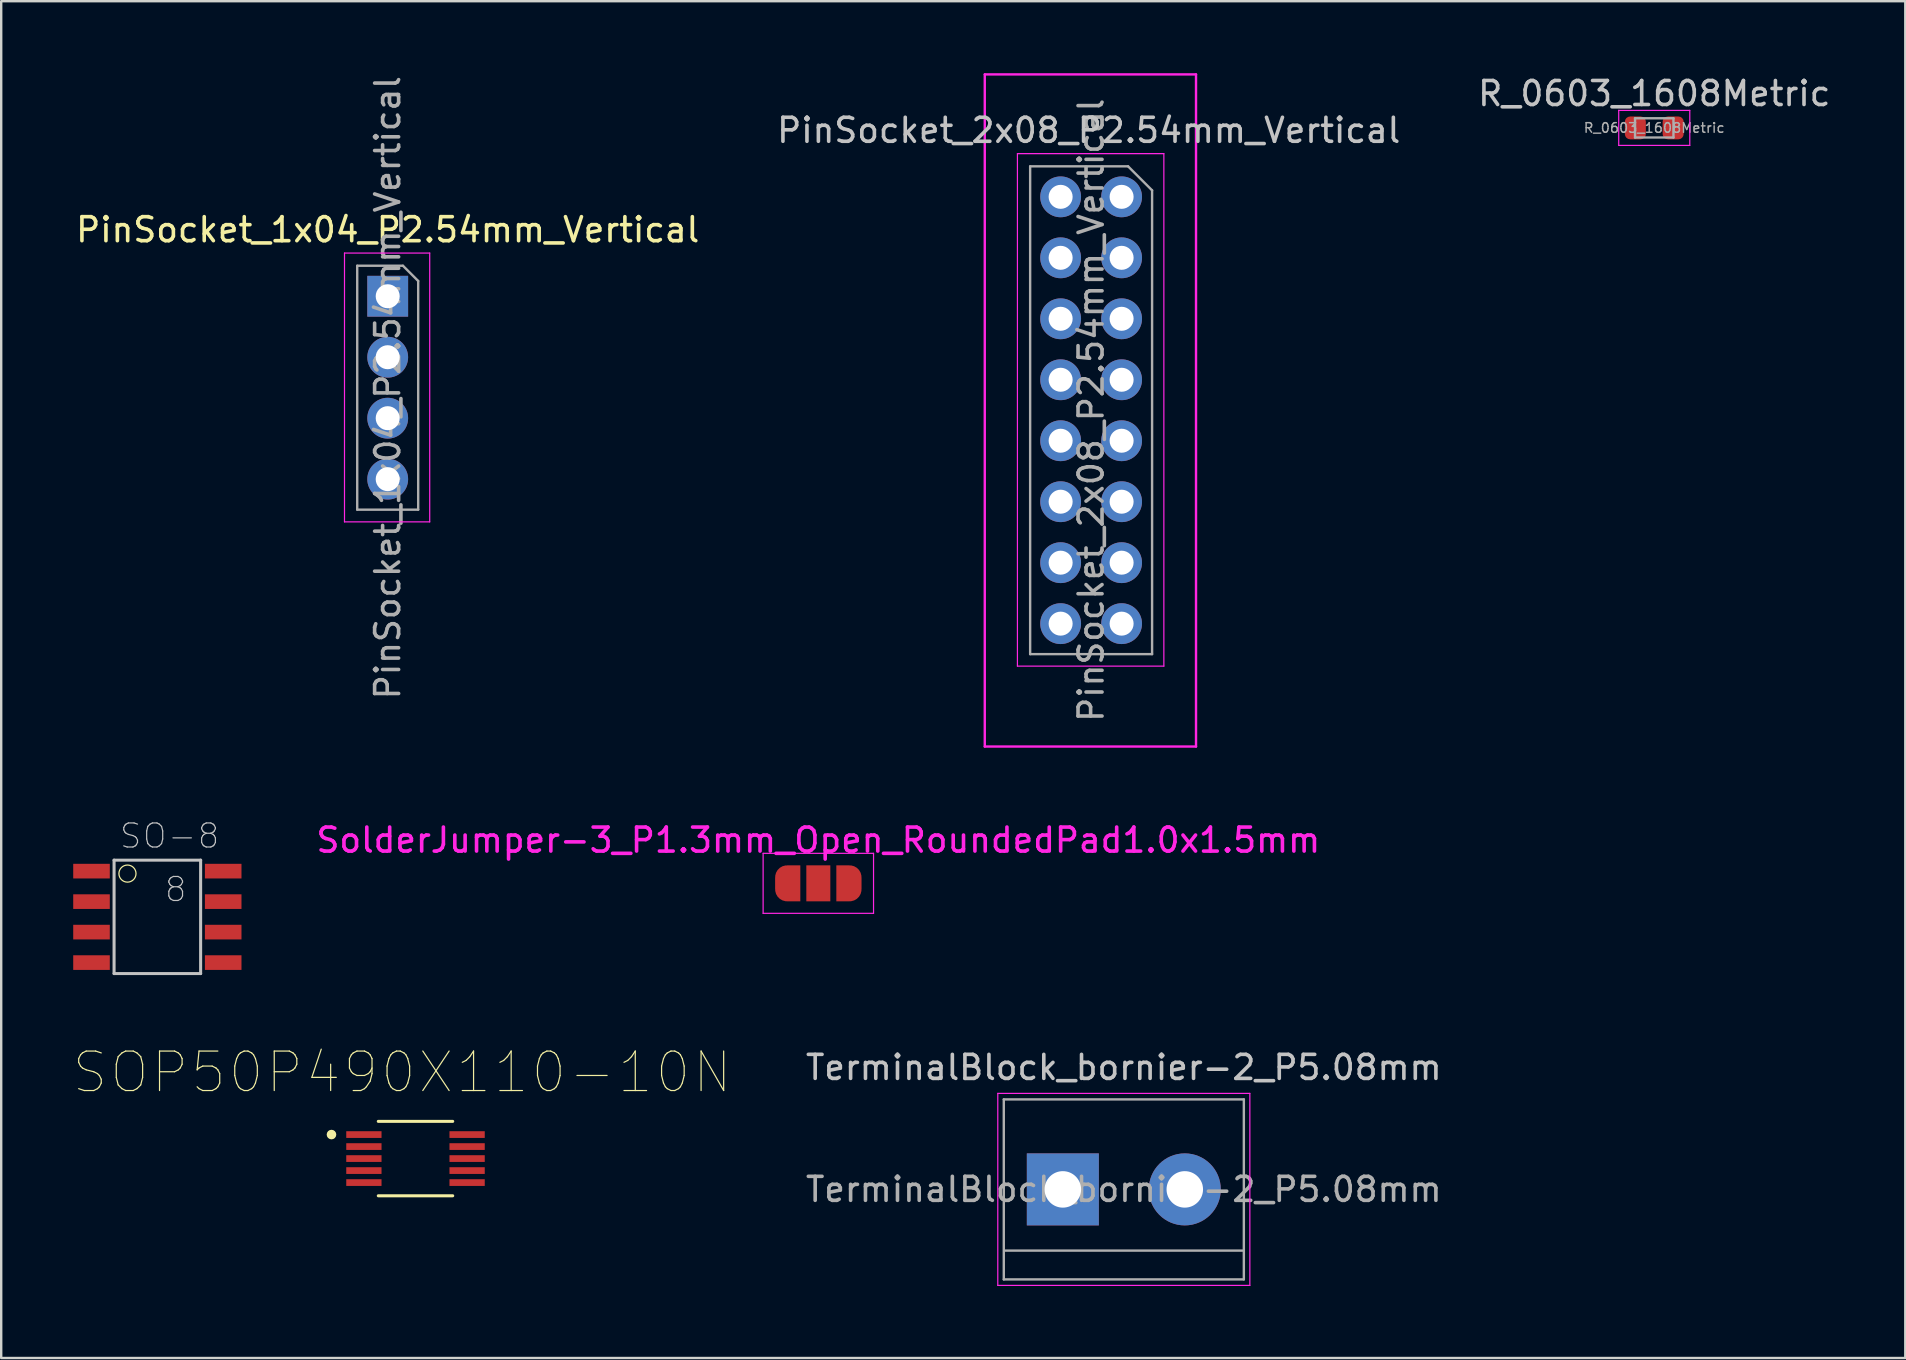
<source format=kicad_pcb>
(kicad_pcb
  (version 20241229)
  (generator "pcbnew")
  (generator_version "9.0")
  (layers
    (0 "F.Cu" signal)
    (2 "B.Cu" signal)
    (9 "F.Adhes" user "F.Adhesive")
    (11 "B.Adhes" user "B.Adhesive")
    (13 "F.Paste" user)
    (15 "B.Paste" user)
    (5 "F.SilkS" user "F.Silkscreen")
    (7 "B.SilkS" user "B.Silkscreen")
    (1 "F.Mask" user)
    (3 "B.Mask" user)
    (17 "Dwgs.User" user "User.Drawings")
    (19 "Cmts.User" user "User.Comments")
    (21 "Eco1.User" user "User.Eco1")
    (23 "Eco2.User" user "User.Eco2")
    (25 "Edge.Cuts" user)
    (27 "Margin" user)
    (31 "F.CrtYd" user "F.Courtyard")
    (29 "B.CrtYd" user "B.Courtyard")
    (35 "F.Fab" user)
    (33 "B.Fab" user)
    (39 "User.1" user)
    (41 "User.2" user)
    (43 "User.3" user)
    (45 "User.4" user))
  (footprint "SO-8"
    (layer "F.Cu")
    (at 3.505 34.51)
    (property "Reference" "SO-8" (at 0.509 -2.736 0) (layer "Dwgs.User") (effects (font (size 1.002 1.002) (thickness 0.05))))
    (attr smd)
    (fp_circle (center -1.245 -1.168) (end -0.889 -1.168) (stroke (width 0.051) (type solid)) (fill no) (layer "F.SilkS"))
    (fp_line (start -1.803 -1.727) (end -1.803 2.997) (stroke (width 0.127) (type solid)) (layer "Dwgs.User"))
    (fp_line (start -1.803 2.997) (end 1.803 2.997) (stroke (width 0.127) (type solid)) (layer "Dwgs.User"))
    (fp_line (start 1.803 -1.727) (end -1.803 -1.727) (stroke (width 0.127) (type solid)) (layer "Dwgs.User"))
    (fp_line (start 1.803 2.997) (end 1.803 -1.727) (stroke (width 0.127) (type solid)) (layer "Dwgs.User"))
    (fp_poly (pts (xy -2.88 -0.178) (xy -1.854 -0.178) (xy -1.854 0.178) (xy -2.88 0.178)) (stroke (width 0.1) (type solid)) (fill no) (layer "Eco2.User"))
    (fp_poly (pts (xy -2.877 1.092) (xy -1.854 1.092) (xy -1.854 1.451) (xy -2.877 1.451)) (stroke (width 0.1) (type solid)) (fill no) (layer "Eco2.User"))
    (fp_poly (pts (xy -2.876 -1.448) (xy -1.854 -1.448) (xy -1.854 -1.094) (xy -2.876 -1.094)) (stroke (width 0.1) (type solid)) (fill no) (layer "Eco2.User"))
    (fp_poly (pts (xy -2.873 2.362) (xy -1.854 2.362) (xy -1.854 2.721) (xy -2.873 2.721)) (stroke (width 0.1) (type solid)) (fill no) (layer "Eco2.User"))
    (fp_poly (pts (xy 1.856 1.092) (xy 2.87 1.092) (xy 2.87 1.449) (xy 1.856 1.449)) (stroke (width 0.1) (type solid)) (fill no) (layer "Eco2.User"))
    (fp_poly (pts (xy 1.856 2.362) (xy 2.87 2.362) (xy 2.87 2.721) (xy 1.856 2.721)) (stroke (width 0.1) (type solid)) (fill no) (layer "Eco2.User"))
    (fp_poly (pts (xy 1.858 -0.178) (xy 2.87 -0.178) (xy 2.87 0.178) (xy 1.858 0.178)) (stroke (width 0.1) (type solid)) (fill no) (layer "Eco2.User"))
    (fp_poly (pts (xy 1.86 -1.448) (xy 2.87 -1.448) (xy 2.87 -1.096) (xy 1.86 -1.096)) (stroke (width 0.1) (type solid)) (fill no) (layer "Eco2.User"))
    (fp_text user "8" (at 0.763 -0.509 0) (layer "Dwgs.User") (effects (font (size 1 1) (thickness 0.05))))
    (pad "1" smd rect (at -2.743 -1.27) (size 1.524 0.61) (layers "F.Cu" "F.Mask" "F.Paste"))
    (pad "2" smd rect (at -2.743 0) (size 1.524 0.61) (layers "F.Cu" "F.Mask" "F.Paste"))
    (pad "3" smd rect (at -2.743 1.27) (size 1.524 0.61) (layers "F.Cu" "F.Mask" "F.Paste"))
    (pad "4" smd rect (at -2.743 2.54) (size 1.524 0.61) (layers "F.Cu" "F.Mask" "F.Paste"))
    (pad "5" smd rect (at 2.743 2.54) (size 1.524 0.61) (layers "F.Cu" "F.Mask" "F.Paste"))
    (pad "6" smd rect (at 2.743 1.27) (size 1.524 0.61) (layers "F.Cu" "F.Mask" "F.Paste"))
    (pad "7" smd rect (at 2.743 0) (size 1.524 0.61) (layers "F.Cu" "F.Mask" "F.Paste"))
    (pad "8" smd rect (at 2.743 -1.27) (size 1.524 0.61) (layers "F.Cu" "F.Mask" "F.Paste")))
  (footprint "PinSocket_2x08_P2.54mm_Vertical"
    (layer "F.Cu")
    (at 43.574 5.15)
    (property "Reference" "PinSocket_2x08_P2.54mm_Vertical" (at -1.27 -2.77 0) (layer "Dwgs.User") (effects (font (size 1 1) (thickness 0.15))))
    (attr through_hole)
    (fp_line (start -5.6 -5.1) (end 3.2 -5.1) (stroke (width 0.1) (type solid)) (layer "F.CrtYd"))
    (fp_line (start -5.6 22.9) (end -5.6 -5.1) (stroke (width 0.1) (type solid)) (layer "F.CrtYd"))
    (fp_line (start -5.6 22.9) (end 3.2 22.9) (stroke (width 0.1) (type solid)) (layer "F.CrtYd"))
    (fp_line (start -4.24 -1.8) (end 1.86 -1.8) (stroke (width 0.05) (type solid)) (layer "F.CrtYd"))
    (fp_line (start -4.24 19.55) (end -4.24 -1.8) (stroke (width 0.05) (type solid)) (layer "F.CrtYd"))
    (fp_line (start 1.86 -1.8) (end 1.86 19.55) (stroke (width 0.05) (type solid)) (layer "F.CrtYd"))
    (fp_line (start 1.86 19.55) (end -4.24 19.55) (stroke (width 0.05) (type solid)) (layer "F.CrtYd"))
    (fp_line (start 3.2 -5.1) (end 3.2 22.9) (stroke (width 0.1) (type solid)) (layer "F.CrtYd"))
    (fp_line (start -3.71 -1.27) (end 0.37 -1.27) (stroke (width 0.1) (type solid)) (layer "F.Fab"))
    (fp_line (start -3.71 19.05) (end -3.71 -1.27) (stroke (width 0.1) (type solid)) (layer "F.Fab"))
    (fp_line (start 0.37 -1.27) (end 1.37 -0.27) (stroke (width 0.1) (type solid)) (layer "F.Fab"))
    (fp_line (start 1.37 -0.27) (end 1.37 19.05) (stroke (width 0.1) (type solid)) (layer "F.Fab"))
    (fp_line (start 1.37 19.05) (end -3.71 19.05) (stroke (width 0.1) (type solid)) (layer "F.Fab"))
    (fp_text user "${REFERENCE}" (at -1.17 8.89 90) (layer "F.Fab") (effects (font (size 1 1) (thickness 0.15))))
    (pad "1" thru_hole circle (at 0.1 0) (size 1.7 1.7) (drill 1) (layers "*.Cu" "*.Mask"))
    (pad "2" thru_hole oval (at -2.44 0) (size 1.7 1.7) (drill 1) (layers "*.Cu" "*.Mask"))
    (pad "3" thru_hole oval (at 0.1 2.54) (size 1.7 1.7) (drill 1) (layers "*.Cu" "*.Mask"))
    (pad "4" thru_hole oval (at -2.44 2.54) (size 1.7 1.7) (drill 1) (layers "*.Cu" "*.Mask"))
    (pad "5" thru_hole oval (at 0.1 5.08) (size 1.7 1.7) (drill 1) (layers "*.Cu" "*.Mask"))
    (pad "6" thru_hole oval (at -2.44 5.08) (size 1.7 1.7) (drill 1) (layers "*.Cu" "*.Mask"))
    (pad "7" thru_hole oval (at 0.1 7.62) (size 1.7 1.7) (drill 1) (layers "*.Cu" "*.Mask"))
    (pad "8" thru_hole oval (at -2.44 7.62) (size 1.7 1.7) (drill 1) (layers "*.Cu" "*.Mask"))
    (pad "9" thru_hole oval (at 0.1 10.16) (size 1.7 1.7) (drill 1) (layers "*.Cu" "*.Mask"))
    (pad "10" thru_hole oval (at -2.44 10.16) (size 1.7 1.7) (drill 1) (layers "*.Cu" "*.Mask"))
    (pad "11" thru_hole oval (at 0.1 12.7) (size 1.7 1.7) (drill 1) (layers "*.Cu" "*.Mask"))
    (pad "12" thru_hole oval (at -2.44 12.7) (size 1.7 1.7) (drill 1) (layers "*.Cu" "*.Mask"))
    (pad "13" thru_hole oval (at 0.1 15.24) (size 1.7 1.7) (drill 1) (layers "*.Cu" "*.Mask"))
    (pad "14" thru_hole oval (at -2.44 15.24) (size 1.7 1.7) (drill 1) (layers "*.Cu" "*.Mask"))
    (pad "15" thru_hole oval (at 0.1 17.78) (size 1.7 1.7) (drill 1) (layers "*.Cu" "*.Mask"))
    (pad "16" thru_hole oval (at -2.44 17.78) (size 1.7 1.7) (drill 1) (layers "*.Cu" "*.Mask")))
  (footprint "SolderJumper-3_P1.3mm_Open_RoundedPad1.0x1.5mm"
    (layer "F.Cu")
    (at 31.04 33.748)
    (property "Reference" "SolderJumper-3_P1.3mm_Open_RoundedPad1.0x1.5mm" (at 0 -1.8 0) (layer "F.CrtYd") (effects (font (size 1 1) (thickness 0.15))))
    (attr exclude_from_pos_files exclude_from_bom)
    (fp_line (start -2.3 -1.25) (end -2.3 1.25) (stroke (width 0.05) (type solid)) (layer "F.CrtYd"))
    (fp_line (start -2.3 -1.25) (end 2.3 -1.25) (stroke (width 0.05) (type solid)) (layer "F.CrtYd"))
    (fp_line (start 2.3 1.25) (end -2.3 1.25) (stroke (width 0.05) (type solid)) (layer "F.CrtYd"))
    (fp_line (start 2.3 1.25) (end 2.3 -1.25) (stroke (width 0.05) (type solid)) (layer "F.CrtYd"))
    (pad "1" smd custom (at -1.3 0) (size 1 0.5) (layers "F.Cu" "F.Mask") (options (anchor rect)) (primitives (gr_circle (center 0 0.25) (end 0.5 0.25) (width 0) (fill yes)) (gr_circle (center 0 -0.25) (end 0.5 -0.25) (width 0) (fill yes)) (gr_poly (pts (xy 0.55 -0.75) (xy 0 -0.75) (xy 0 0.75) (xy 0.55 0.75)) (width 0) (fill yes))))
    (pad "2" smd rect (at 0 0) (size 1 1.5) (layers "F.Cu" "F.Mask"))
    (pad "3" smd custom (at 1.3 0) (size 1 0.5) (layers "F.Cu" "F.Mask") (options (anchor rect)) (primitives (gr_circle (center 0 0.25) (end 0.5 0.25) (width 0) (fill yes)) (gr_circle (center 0 -0.25) (end 0.5 -0.25) (width 0) (fill yes)) (gr_poly (pts (xy -0.55 -0.75) (xy 0 -0.75) (xy 0 0.75) (xy -0.55 0.75)) (width 0) (fill yes)))))
  (footprint "R_0603_1608Metric"
    (layer "F.Cu")
    (at 65.863 2.278)
    (property "Reference" "R_0603_1608Metric" (at 0 -1.43 0) (layer "Dwgs.User") (effects (font (size 1 1) (thickness 0.15))))
    (attr smd)
    (fp_line (start -1.48 -0.73) (end 1.48 -0.73) (stroke (width 0.05) (type solid)) (layer "F.CrtYd"))
    (fp_line (start -1.48 0.73) (end -1.48 -0.73) (stroke (width 0.05) (type solid)) (layer "F.CrtYd"))
    (fp_line (start 1.48 -0.73) (end 1.48 0.73) (stroke (width 0.05) (type solid)) (layer "F.CrtYd"))
    (fp_line (start 1.48 0.73) (end -1.48 0.73) (stroke (width 0.05) (type solid)) (layer "F.CrtYd"))
    (fp_line (start -0.8 -0.4) (end 0.8 -0.4) (stroke (width 0.1) (type solid)) (layer "F.Fab"))
    (fp_line (start -0.8 0.4) (end -0.8 -0.4) (stroke (width 0.1) (type solid)) (layer "F.Fab"))
    (fp_line (start 0.8 -0.4) (end 0.8 0.4) (stroke (width 0.1) (type solid)) (layer "F.Fab"))
    (fp_line (start 0.8 0.4) (end -0.8 0.4) (stroke (width 0.1) (type solid)) (layer "F.Fab"))
    (fp_text user "${REFERENCE}" (at 0 0 0) (layer "F.Fab") (effects (font (size 0.4 0.4) (thickness 0.06))))
    (pad "1" smd roundrect (at -0.787 0) (size 0.875 0.95) (layers "F.Cu" "F.Mask" "F.Paste") (roundrect_rratio 0.25))
    (pad "2" smd roundrect (at 0.787 0) (size 0.875 0.95) (layers "F.Cu" "F.Mask" "F.Paste") (roundrect_rratio 0.25)))
  (footprint "PinSocket_1x04_P2.54mm_Vertical"
    (layer "F.Cu")
    (at 13.101 9.291)
    (property "Reference" "PinSocket_1x04_P2.54mm_Vertical" (at 0 -2.77 0) (layer "F.SilkS") (effects (font (size 1 1) (thickness 0.15))))
    (attr through_hole)
    (fp_line (start -1.8 -1.8) (end 1.75 -1.8) (stroke (width 0.05) (type solid)) (layer "F.CrtYd"))
    (fp_line (start -1.8 9.4) (end -1.8 -1.8) (stroke (width 0.05) (type solid)) (layer "F.CrtYd"))
    (fp_line (start 1.75 -1.8) (end 1.75 9.4) (stroke (width 0.05) (type solid)) (layer "F.CrtYd"))
    (fp_line (start 1.75 9.4) (end -1.8 9.4) (stroke (width 0.05) (type solid)) (layer "F.CrtYd"))
    (fp_line (start -1.27 -1.27) (end 0.635 -1.27) (stroke (width 0.1) (type solid)) (layer "F.Fab"))
    (fp_line (start -1.27 8.89) (end -1.27 -1.27) (stroke (width 0.1) (type solid)) (layer "F.Fab"))
    (fp_line (start 0.635 -1.27) (end 1.27 -0.635) (stroke (width 0.1) (type solid)) (layer "F.Fab"))
    (fp_line (start 1.27 -0.635) (end 1.27 8.89) (stroke (width 0.1) (type solid)) (layer "F.Fab"))
    (fp_line (start 1.27 8.89) (end -1.27 8.89) (stroke (width 0.1) (type solid)) (layer "F.Fab"))
    (fp_text user "${REFERENCE}" (at 0 3.81 90) (layer "F.Fab") (effects (font (size 1 1) (thickness 0.15))))
    (pad "1" thru_hole rect (at 0 0) (size 1.7 1.7) (drill 1) (layers "*.Cu" "*.Mask"))
    (pad "2" thru_hole oval (at 0 2.54) (size 1.7 1.7) (drill 1) (layers "*.Cu" "*.Mask"))
    (pad "3" thru_hole oval (at 0 5.08) (size 1.7 1.7) (drill 1) (layers "*.Cu" "*.Mask"))
    (pad "4" thru_hole oval (at 0 7.62) (size 1.7 1.7) (drill 1) (layers "*.Cu" "*.Mask")))
  (footprint "SOP50P490X110-10N"
    (layer "F.Cu")
    (at 14.259 45.214)
    (property "Reference" "SOP50P490X110-10N" (at -0.558 -3.593 0) (layer "F.SilkS") (effects (font (size 1.645 1.645) (thickness 0.05))))
    (attr smd)
    (fp_line (start -1.55 1.55) (end 1.55 1.55) (stroke (width 0.127) (type solid)) (layer "F.SilkS"))
    (fp_line (start 1.55 -1.55) (end -1.55 -1.55) (stroke (width 0.127) (type solid)) (layer "F.SilkS"))
    (fp_circle (center -3.5 -1) (end -3.4 -1) (stroke (width 0.2) (type solid)) (fill no) (layer "F.SilkS"))
    (fp_line (start -3.14 -1.39) (end -1.8 -1.39) (stroke (width 0.05) (type solid)) (layer "Eco1.User"))
    (fp_line (start -3.14 1.39) (end -3.14 -1.39) (stroke (width 0.05) (type solid)) (layer "Eco1.User"))
    (fp_line (start -1.8 -1.8) (end 1.8 -1.8) (stroke (width 0.05) (type solid)) (layer "Eco1.User"))
    (fp_line (start -1.8 -1.39) (end -1.8 -1.8) (stroke (width 0.05) (type solid)) (layer "Eco1.User"))
    (fp_line (start -1.8 1.39) (end -3.14 1.39) (stroke (width 0.05) (type solid)) (layer "Eco1.User"))
    (fp_line (start -1.8 1.8) (end -1.8 1.39) (stroke (width 0.05) (type solid)) (layer "Eco1.User"))
    (fp_line (start 1.8 -1.8) (end 1.8 -1.39) (stroke (width 0.05) (type solid)) (layer "Eco1.User"))
    (fp_line (start 1.8 -1.39) (end 3.14 -1.39) (stroke (width 0.05) (type solid)) (layer "Eco1.User"))
    (fp_line (start 1.8 1.8) (end -1.8 1.8) (stroke (width 0.05) (type solid)) (layer "Eco1.User"))
    (fp_line (start 1.8 1.8) (end 1.8 1.39) (stroke (width 0.05) (type solid)) (layer "Eco1.User"))
    (fp_line (start 3.14 -1.39) (end 3.14 1.39) (stroke (width 0.05) (type solid)) (layer "Eco1.User"))
    (fp_line (start 3.14 1.39) (end 1.8 1.39) (stroke (width 0.05) (type solid)) (layer "Eco1.User"))
    (fp_line (start -1.55 -1.55) (end -1.55 1.55) (stroke (width 0.127) (type solid)) (layer "Eco2.User"))
    (fp_line (start -1.55 1.55) (end 1.55 1.55) (stroke (width 0.127) (type solid)) (layer "Eco2.User"))
    (fp_line (start 1.55 -1.55) (end -1.55 -1.55) (stroke (width 0.127) (type solid)) (layer "Eco2.User"))
    (fp_line (start 1.55 1.55) (end 1.55 -1.55) (stroke (width 0.127) (type solid)) (layer "Eco2.User"))
    (fp_circle (center -1.087 -1.127) (end -0.987 -1.127) (stroke (width 0.2) (type solid)) (fill no) (layer "Eco2.User"))
    (pad "1" smd rect (at -2.15 -1) (size 1.47 0.28) (layers "F.Cu" "F.Mask" "F.Paste"))
    (pad "2" smd rect (at -2.15 -0.5) (size 1.47 0.28) (layers "F.Cu" "F.Mask" "F.Paste"))
    (pad "3" smd rect (at -2.15 0) (size 1.47 0.28) (layers "F.Cu" "F.Mask" "F.Paste"))
    (pad "4" smd rect (at -2.15 0.5) (size 1.47 0.28) (layers "F.Cu" "F.Mask" "F.Paste"))
    (pad "5" smd rect (at -2.15 1) (size 1.47 0.28) (layers "F.Cu" "F.Mask" "F.Paste"))
    (pad "6" smd rect (at 2.15 1) (size 1.47 0.28) (layers "F.Cu" "F.Mask" "F.Paste"))
    (pad "7" smd rect (at 2.15 0.5) (size 1.47 0.28) (layers "F.Cu" "F.Mask" "F.Paste"))
    (pad "8" smd rect (at 2.15 0) (size 1.47 0.28) (layers "F.Cu" "F.Mask" "F.Paste"))
    (pad "9" smd rect (at 2.15 -0.5) (size 1.47 0.28) (layers "F.Cu" "F.Mask" "F.Paste"))
    (pad "10" smd rect (at 2.15 -1) (size 1.47 0.28) (layers "F.Cu" "F.Mask" "F.Paste")))
  (footprint "TerminalBlock_bornier-2_P5.08mm"
    (layer "F.Cu")
    (at 41.226 46.498)
    (property "Reference" "TerminalBlock_bornier-2_P5.08mm" (at 2.54 -5.08 0) (layer "Dwgs.User") (effects (font (size 1 1) (thickness 0.15))))
    (attr through_hole)
    (fp_line (start -2.71 -4) (end -2.71 4) (stroke (width 0.05) (type solid)) (layer "F.CrtYd"))
    (fp_line (start -2.71 -4) (end 7.79 -4) (stroke (width 0.05) (type solid)) (layer "F.CrtYd"))
    (fp_line (start 7.79 4) (end -2.71 4) (stroke (width 0.05) (type solid)) (layer "F.CrtYd"))
    (fp_line (start 7.79 4) (end 7.79 -4) (stroke (width 0.05) (type solid)) (layer "F.CrtYd"))
    (fp_line (start -2.46 -3.75) (end -2.46 3.75) (stroke (width 0.1) (type solid)) (layer "F.Fab"))
    (fp_line (start -2.46 3.75) (end 7.54 3.75) (stroke (width 0.1) (type solid)) (layer "F.Fab"))
    (fp_line (start -2.41 2.55) (end 7.49 2.55) (stroke (width 0.1) (type solid)) (layer "F.Fab"))
    (fp_line (start 7.54 -3.75) (end -2.46 -3.75) (stroke (width 0.1) (type solid)) (layer "F.Fab"))
    (fp_line (start 7.54 3.75) (end 7.54 -3.75) (stroke (width 0.1) (type solid)) (layer "F.Fab"))
    (fp_text user "${REFERENCE}" (at 2.54 0 0) (layer "F.Fab") (effects (font (size 1 1) (thickness 0.15))))
    (pad "1" thru_hole rect (at 0 0) (size 3 3) (drill 1.52) (layers "*.Cu" "*.Mask"))
    (pad "2" thru_hole circle (at 5.08 0) (size 3 3) (drill 1.52) (layers "*.Cu" "*.Mask")))
  (gr_rect
    (start -3 -3)
    (end 76.321 53.523)
    (stroke (width 0.1) (type default))
    (fill no)
    (layer "Edge.Cuts")))
</source>
